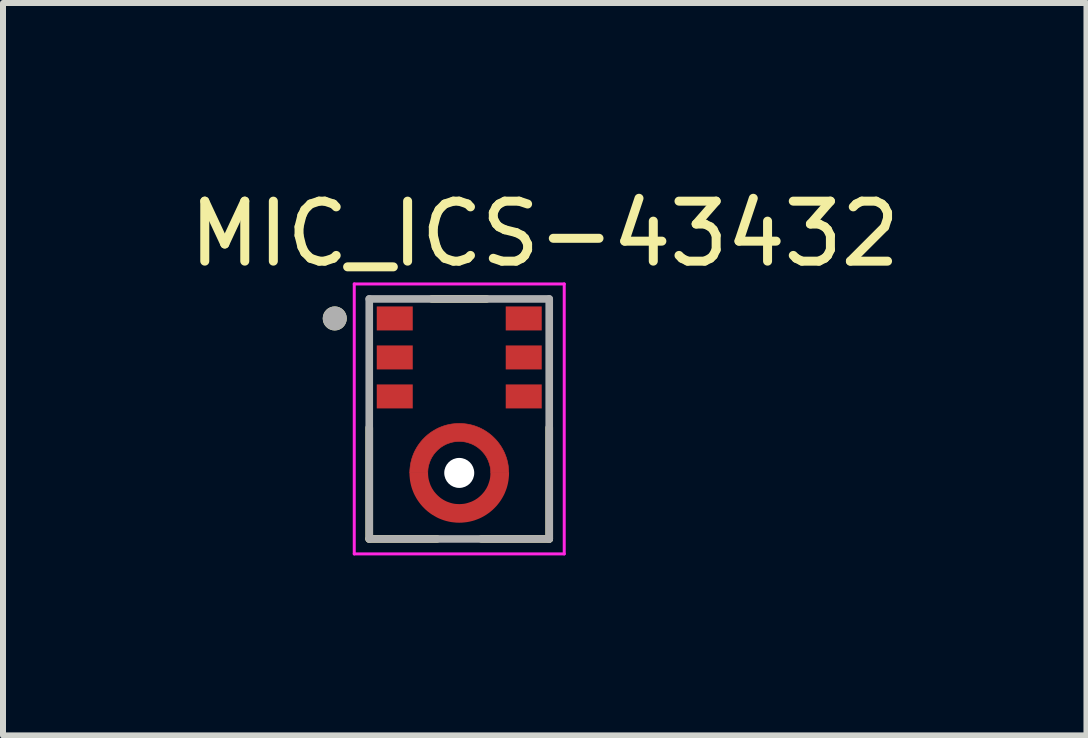
<source format=kicad_pcb>
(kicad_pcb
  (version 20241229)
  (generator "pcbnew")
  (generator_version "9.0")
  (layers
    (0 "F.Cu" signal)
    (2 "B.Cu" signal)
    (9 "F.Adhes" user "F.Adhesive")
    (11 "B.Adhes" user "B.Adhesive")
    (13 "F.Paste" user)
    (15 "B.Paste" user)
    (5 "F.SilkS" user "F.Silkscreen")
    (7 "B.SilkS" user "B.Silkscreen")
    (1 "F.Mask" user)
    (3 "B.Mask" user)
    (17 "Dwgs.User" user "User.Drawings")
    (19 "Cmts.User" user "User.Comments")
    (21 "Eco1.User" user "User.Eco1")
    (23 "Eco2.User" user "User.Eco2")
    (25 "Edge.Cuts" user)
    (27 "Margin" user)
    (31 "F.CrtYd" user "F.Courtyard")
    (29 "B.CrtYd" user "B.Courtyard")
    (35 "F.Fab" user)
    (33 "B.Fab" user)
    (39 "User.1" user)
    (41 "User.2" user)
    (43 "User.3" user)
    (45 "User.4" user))
  (footprint "MIC_ICS-43432"
    (layer "F.Cu")
    (at 4.605 3.933)
    (property "Reference" "MIC_ICS-43432" (at 1.425 -3.085 0) (layer "F.SilkS") (effects (font (size 1 1) (thickness 0.15))))
    (attr smd)
    (fp_poly (pts (xy -0.525 0.9) (xy -0.825 0.9) (xy -0.824 0.857) (xy -0.82 0.814) (xy -0.815 0.771) (xy -0.807 0.728) (xy -0.797 0.686) (xy -0.785 0.645) (xy -0.77 0.604) (xy -0.754 0.564) (xy -0.735 0.525) (xy -0.714 0.487) (xy -0.692 0.451) (xy -0.667 0.415) (xy -0.641 0.381) (xy -0.613 0.348) (xy -0.583 0.317) (xy -0.552 0.287) (xy -0.519 0.259) (xy -0.485 0.233) (xy -0.449 0.208) (xy -0.412 0.186) (xy -0.375 0.165) (xy -0.336 0.146) (xy -0.296 0.13) (xy -0.255 0.115) (xy -0.214 0.103) (xy -0.172 0.093) (xy -0.129 0.085) (xy -0.086 0.08) (xy -0.043 0.076) (xy 0 0.075) (xy 0.043 0.076) (xy 0.086 0.08) (xy 0.129 0.085) (xy 0.172 0.093) (xy 0.214 0.103) (xy 0.255 0.115) (xy 0.296 0.13) (xy 0.336 0.146) (xy 0.375 0.165) (xy 0.413 0.186) (xy 0.449 0.208) (xy 0.485 0.233) (xy 0.519 0.259) (xy 0.552 0.287) (xy 0.583 0.317) (xy 0.613 0.348) (xy 0.641 0.381) (xy 0.667 0.415) (xy 0.692 0.451) (xy 0.714 0.487) (xy 0.735 0.525) (xy 0.754 0.564) (xy 0.77 0.604) (xy 0.785 0.645) (xy 0.797 0.686) (xy 0.807 0.728) (xy 0.815 0.771) (xy 0.82 0.814) (xy 0.824 0.857) (xy 0.825 0.9) (xy 0.525 0.9) (xy 0.524 0.873) (xy 0.522 0.845) (xy 0.519 0.818) (xy 0.514 0.791) (xy 0.507 0.764) (xy 0.499 0.738) (xy 0.49 0.712) (xy 0.48 0.686) (xy 0.468 0.662) (xy 0.455 0.637) (xy 0.44 0.614) (xy 0.425 0.591) (xy 0.408 0.57) (xy 0.39 0.549) (xy 0.371 0.529) (xy 0.351 0.51) (xy 0.33 0.492) (xy 0.309 0.475) (xy 0.286 0.46) (xy 0.263 0.445) (xy 0.238 0.432) (xy 0.214 0.42) (xy 0.188 0.41) (xy 0.162 0.401) (xy 0.136 0.393) (xy 0.109 0.386) (xy 0.082 0.381) (xy 0.055 0.378) (xy 0.027 0.376) (xy 0 0.375) (xy -0.027 0.376) (xy -0.055 0.378) (xy -0.082 0.381) (xy -0.109 0.386) (xy -0.136 0.393) (xy -0.162 0.401) (xy -0.188 0.41) (xy -0.214 0.42) (xy -0.238 0.432) (xy -0.262 0.445) (xy -0.286 0.46) (xy -0.309 0.475) (xy -0.33 0.492) (xy -0.351 0.51) (xy -0.371 0.529) (xy -0.39 0.549) (xy -0.408 0.57) (xy -0.425 0.591) (xy -0.44 0.614) (xy -0.455 0.637) (xy -0.468 0.662) (xy -0.48 0.686) (xy -0.49 0.712) (xy -0.499 0.738) (xy -0.507 0.764) (xy -0.514 0.791) (xy -0.519 0.818) (xy -0.522 0.845) (xy -0.524 0.873) (xy -0.525 0.9)) (stroke (width 0.01) (type solid)) (fill yes) (layer "F.Cu"))
    (fp_poly (pts (xy -0.475 0.9) (xy -0.875 0.9) (xy -0.874 0.854) (xy -0.87 0.809) (xy -0.864 0.763) (xy -0.856 0.718) (xy -0.845 0.674) (xy -0.832 0.63) (xy -0.817 0.586) (xy -0.799 0.544) (xy -0.78 0.503) (xy -0.758 0.463) (xy -0.734 0.423) (xy -0.708 0.386) (xy -0.68 0.349) (xy -0.65 0.315) (xy -0.619 0.281) (xy -0.585 0.25) (xy -0.551 0.22) (xy -0.514 0.192) (xy -0.477 0.166) (xy -0.437 0.142) (xy -0.397 0.12) (xy -0.356 0.101) (xy -0.314 0.083) (xy -0.27 0.068) (xy -0.226 0.055) (xy -0.182 0.044) (xy -0.137 0.036) (xy -0.091 0.03) (xy -0.046 0.026) (xy 0 0.025) (xy 0.046 0.026) (xy 0.091 0.03) (xy 0.137 0.036) (xy 0.182 0.044) (xy 0.226 0.055) (xy 0.27 0.068) (xy 0.314 0.083) (xy 0.356 0.101) (xy 0.397 0.12) (xy 0.438 0.142) (xy 0.477 0.166) (xy 0.514 0.192) (xy 0.551 0.22) (xy 0.585 0.25) (xy 0.619 0.281) (xy 0.65 0.315) (xy 0.68 0.349) (xy 0.708 0.386) (xy 0.734 0.423) (xy 0.758 0.463) (xy 0.78 0.503) (xy 0.799 0.544) (xy 0.817 0.586) (xy 0.832 0.63) (xy 0.845 0.674) (xy 0.856 0.718) (xy 0.864 0.763) (xy 0.87 0.809) (xy 0.874 0.854) (xy 0.875 0.9) (xy 0.475 0.9) (xy 0.474 0.875) (xy 0.472 0.85) (xy 0.469 0.826) (xy 0.465 0.801) (xy 0.459 0.777) (xy 0.452 0.753) (xy 0.443 0.73) (xy 0.434 0.707) (xy 0.423 0.684) (xy 0.411 0.663) (xy 0.398 0.641) (xy 0.384 0.621) (xy 0.369 0.601) (xy 0.353 0.582) (xy 0.336 0.564) (xy 0.318 0.547) (xy 0.299 0.531) (xy 0.279 0.516) (xy 0.259 0.502) (xy 0.238 0.489) (xy 0.216 0.477) (xy 0.193 0.466) (xy 0.17 0.457) (xy 0.147 0.448) (xy 0.123 0.441) (xy 0.099 0.435) (xy 0.074 0.431) (xy 0.05 0.428) (xy 0.025 0.426) (xy 0 0.425) (xy -0.025 0.426) (xy -0.05 0.428) (xy -0.074 0.431) (xy -0.099 0.435) (xy -0.123 0.441) (xy -0.147 0.448) (xy -0.17 0.457) (xy -0.193 0.466) (xy -0.216 0.477) (xy -0.237 0.489) (xy -0.259 0.502) (xy -0.279 0.516) (xy -0.299 0.531) (xy -0.318 0.547) (xy -0.336 0.564) (xy -0.353 0.582) (xy -0.369 0.601) (xy -0.384 0.621) (xy -0.398 0.641) (xy -0.411 0.663) (xy -0.423 0.684) (xy -0.434 0.707) (xy -0.443 0.73) (xy -0.452 0.753) (xy -0.459 0.777) (xy -0.465 0.801) (xy -0.469 0.826) (xy -0.472 0.85) (xy -0.474 0.875) (xy -0.475 0.9)) (stroke (width 0.01) (type solid)) (fill yes) (layer "F.Mask"))
    (fp_poly (pts (xy 0.475 0.9) (xy 0.875 0.9) (xy 0.874 0.946) (xy 0.87 0.991) (xy 0.864 1.037) (xy 0.856 1.082) (xy 0.845 1.126) (xy 0.832 1.17) (xy 0.817 1.214) (xy 0.799 1.256) (xy 0.78 1.297) (xy 0.758 1.337) (xy 0.734 1.377) (xy 0.708 1.414) (xy 0.68 1.451) (xy 0.65 1.485) (xy 0.619 1.519) (xy 0.585 1.55) (xy 0.551 1.58) (xy 0.514 1.608) (xy 0.477 1.634) (xy 0.438 1.658) (xy 0.397 1.68) (xy 0.356 1.699) (xy 0.314 1.717) (xy 0.27 1.732) (xy 0.226 1.745) (xy 0.182 1.756) (xy 0.137 1.764) (xy 0.091 1.77) (xy 0.046 1.774) (xy 0 1.775) (xy -0.046 1.774) (xy -0.091 1.77) (xy -0.137 1.764) (xy -0.182 1.756) (xy -0.226 1.745) (xy -0.27 1.732) (xy -0.314 1.717) (xy -0.356 1.699) (xy -0.397 1.68) (xy -0.437 1.658) (xy -0.477 1.634) (xy -0.514 1.608) (xy -0.551 1.58) (xy -0.585 1.55) (xy -0.619 1.519) (xy -0.65 1.485) (xy -0.68 1.451) (xy -0.708 1.414) (xy -0.734 1.377) (xy -0.758 1.337) (xy -0.78 1.297) (xy -0.799 1.256) (xy -0.817 1.214) (xy -0.832 1.17) (xy -0.845 1.126) (xy -0.856 1.082) (xy -0.864 1.037) (xy -0.87 0.991) (xy -0.874 0.946) (xy -0.875 0.9) (xy -0.475 0.9) (xy -0.474 0.925) (xy -0.472 0.95) (xy -0.469 0.974) (xy -0.465 0.999) (xy -0.459 1.023) (xy -0.452 1.047) (xy -0.443 1.07) (xy -0.434 1.093) (xy -0.423 1.116) (xy -0.411 1.137) (xy -0.398 1.159) (xy -0.384 1.179) (xy -0.369 1.199) (xy -0.353 1.218) (xy -0.336 1.236) (xy -0.318 1.253) (xy -0.299 1.269) (xy -0.279 1.284) (xy -0.259 1.298) (xy -0.237 1.311) (xy -0.216 1.323) (xy -0.193 1.334) (xy -0.17 1.343) (xy -0.147 1.352) (xy -0.123 1.359) (xy -0.099 1.365) (xy -0.074 1.369) (xy -0.05 1.372) (xy -0.025 1.374) (xy 0 1.375) (xy 0.025 1.374) (xy 0.05 1.372) (xy 0.074 1.369) (xy 0.099 1.365) (xy 0.123 1.359) (xy 0.147 1.352) (xy 0.17 1.343) (xy 0.193 1.334) (xy 0.216 1.323) (xy 0.238 1.311) (xy 0.259 1.298) (xy 0.279 1.284) (xy 0.299 1.269) (xy 0.318 1.253) (xy 0.336 1.236) (xy 0.353 1.218) (xy 0.369 1.199) (xy 0.384 1.179) (xy 0.398 1.159) (xy 0.411 1.137) (xy 0.423 1.116) (xy 0.434 1.093) (xy 0.443 1.07) (xy 0.452 1.047) (xy 0.459 1.023) (xy 0.465 0.999) (xy 0.469 0.974) (xy 0.472 0.95) (xy 0.474 0.925) (xy 0.475 0.9)) (stroke (width 0.01) (type solid)) (fill yes) (layer "F.Mask"))
    (fp_line (start -1.5 2) (end -1.5 0.145) (stroke (width 0.127) (type solid)) (layer "F.SilkS"))
    (fp_line (start -0.455 -2) (end 0.455 -2) (stroke (width 0.127) (type solid)) (layer "F.SilkS"))
    (fp_line (start -0.37 2) (end -1.5 2) (stroke (width 0.127) (type solid)) (layer "F.SilkS"))
    (fp_line (start 1.5 2) (end 0.37 2) (stroke (width 0.127) (type solid)) (layer "F.SilkS"))
    (fp_line (start 1.5 2) (end 1.5 0.145) (stroke (width 0.127) (type solid)) (layer "F.SilkS"))
    (fp_circle (center -2.075 -1.675) (end -1.975 -1.675) (stroke (width 0.2) (type solid)) (fill no) (layer "F.SilkS"))
    (fp_poly (pts (xy -1.325 -1.825) (xy -0.825 -1.825) (xy -0.825 -1.525) (xy -1.325 -1.525)) (stroke (width 0.01) (type solid)) (fill yes) (layer "F.Paste"))
    (fp_poly (pts (xy -1.325 -1.175) (xy -0.825 -1.175) (xy -0.825 -0.875) (xy -1.325 -0.875)) (stroke (width 0.01) (type solid)) (fill yes) (layer "F.Paste"))
    (fp_poly (pts (xy -1.325 -0.525) (xy -0.825 -0.525) (xy -0.825 -0.225) (xy -1.325 -0.225)) (stroke (width 0.01) (type solid)) (fill yes) (layer "F.Paste"))
    (fp_poly (pts (xy 0.825 -1.825) (xy 1.325 -1.825) (xy 1.325 -1.525) (xy 0.825 -1.525)) (stroke (width 0.01) (type solid)) (fill yes) (layer "F.Paste"))
    (fp_poly (pts (xy 0.825 -1.175) (xy 1.325 -1.175) (xy 1.325 -0.875) (xy 0.825 -0.875)) (stroke (width 0.01) (type solid)) (fill yes) (layer "F.Paste"))
    (fp_poly (pts (xy 0.825 -0.525) (xy 1.325 -0.525) (xy 1.325 -0.225) (xy 0.825 -0.225)) (stroke (width 0.01) (type solid)) (fill yes) (layer "F.Paste"))
    (fp_poly (pts (xy -0.573 0.85) (xy -0.57 0.823) (xy -0.566 0.797) (xy -0.56 0.771) (xy -0.554 0.745) (xy -0.546 0.719) (xy -0.537 0.694) (xy -0.527 0.669) (xy -0.515 0.645) (xy -0.503 0.621) (xy -0.489 0.598) (xy -0.475 0.576) (xy -0.459 0.554) (xy -0.443 0.533) (xy -0.425 0.513) (xy -0.407 0.493) (xy -0.387 0.475) (xy -0.367 0.457) (xy -0.346 0.441) (xy -0.324 0.425) (xy -0.302 0.411) (xy -0.279 0.397) (xy -0.255 0.385) (xy -0.231 0.373) (xy -0.206 0.363) (xy -0.181 0.354) (xy -0.155 0.346) (xy -0.129 0.34) (xy -0.103 0.334) (xy -0.077 0.33) (xy -0.05 0.327) (xy -0.05 0.077) (xy -0.083 0.079) (xy -0.123 0.084) (xy -0.163 0.091) (xy -0.202 0.1) (xy -0.241 0.111) (xy -0.279 0.124) (xy -0.317 0.138) (xy -0.354 0.155) (xy -0.39 0.173) (xy -0.425 0.193) (xy -0.459 0.214) (xy -0.492 0.238) (xy -0.524 0.262) (xy -0.554 0.289) (xy -0.583 0.317) (xy -0.611 0.346) (xy -0.638 0.376) (xy -0.662 0.408) (xy -0.686 0.441) (xy -0.707 0.475) (xy -0.727 0.51) (xy -0.745 0.546) (xy -0.762 0.583) (xy -0.776 0.621) (xy -0.789 0.659) (xy -0.8 0.698) (xy -0.809 0.737) (xy -0.816 0.777) (xy -0.821 0.817) (xy -0.823 0.85) (xy -0.573 0.85) (xy -0.573 0.85)) (stroke (width 0.01) (type solid)) (fill yes) (layer "F.Paste"))
    (fp_poly (pts (xy -0.05 1.473) (xy -0.077 1.47) (xy -0.103 1.466) (xy -0.129 1.46) (xy -0.155 1.454) (xy -0.181 1.446) (xy -0.206 1.437) (xy -0.231 1.427) (xy -0.255 1.415) (xy -0.279 1.403) (xy -0.302 1.389) (xy -0.324 1.375) (xy -0.346 1.359) (xy -0.367 1.343) (xy -0.387 1.325) (xy -0.407 1.307) (xy -0.425 1.287) (xy -0.443 1.267) (xy -0.459 1.246) (xy -0.475 1.224) (xy -0.489 1.202) (xy -0.503 1.179) (xy -0.515 1.155) (xy -0.527 1.131) (xy -0.537 1.106) (xy -0.546 1.081) (xy -0.554 1.055) (xy -0.56 1.029) (xy -0.566 1.003) (xy -0.57 0.977) (xy -0.573 0.95) (xy -0.823 0.95) (xy -0.821 0.983) (xy -0.816 1.023) (xy -0.809 1.063) (xy -0.8 1.102) (xy -0.789 1.141) (xy -0.776 1.179) (xy -0.762 1.217) (xy -0.745 1.254) (xy -0.727 1.29) (xy -0.707 1.325) (xy -0.686 1.359) (xy -0.662 1.392) (xy -0.638 1.424) (xy -0.611 1.454) (xy -0.583 1.483) (xy -0.554 1.511) (xy -0.524 1.538) (xy -0.492 1.562) (xy -0.459 1.586) (xy -0.425 1.607) (xy -0.39 1.627) (xy -0.354 1.645) (xy -0.317 1.662) (xy -0.279 1.676) (xy -0.241 1.689) (xy -0.202 1.7) (xy -0.163 1.709) (xy -0.123 1.716) (xy -0.083 1.721) (xy -0.05 1.723) (xy -0.05 1.473) (xy -0.05 1.473)) (stroke (width 0.01) (type solid)) (fill yes) (layer "F.Paste"))
    (fp_poly (pts (xy 0.05 0.327) (xy 0.077 0.33) (xy 0.103 0.334) (xy 0.129 0.34) (xy 0.155 0.346) (xy 0.181 0.354) (xy 0.206 0.363) (xy 0.231 0.373) (xy 0.255 0.385) (xy 0.279 0.397) (xy 0.302 0.411) (xy 0.324 0.425) (xy 0.346 0.441) (xy 0.367 0.457) (xy 0.387 0.475) (xy 0.407 0.493) (xy 0.425 0.513) (xy 0.443 0.533) (xy 0.459 0.554) (xy 0.475 0.576) (xy 0.489 0.598) (xy 0.503 0.621) (xy 0.515 0.645) (xy 0.527 0.669) (xy 0.537 0.694) (xy 0.546 0.719) (xy 0.554 0.745) (xy 0.56 0.771) (xy 0.566 0.797) (xy 0.57 0.823) (xy 0.573 0.85) (xy 0.823 0.85) (xy 0.821 0.817) (xy 0.816 0.777) (xy 0.809 0.737) (xy 0.8 0.698) (xy 0.789 0.659) (xy 0.776 0.621) (xy 0.762 0.583) (xy 0.745 0.546) (xy 0.727 0.51) (xy 0.707 0.475) (xy 0.686 0.441) (xy 0.662 0.408) (xy 0.638 0.376) (xy 0.611 0.346) (xy 0.583 0.317) (xy 0.554 0.289) (xy 0.524 0.262) (xy 0.492 0.238) (xy 0.459 0.214) (xy 0.425 0.193) (xy 0.39 0.173) (xy 0.354 0.155) (xy 0.317 0.138) (xy 0.279 0.124) (xy 0.241 0.111) (xy 0.202 0.1) (xy 0.163 0.091) (xy 0.123 0.084) (xy 0.083 0.079) (xy 0.05 0.077) (xy 0.05 0.327) (xy 0.05 0.327)) (stroke (width 0.01) (type solid)) (fill yes) (layer "F.Paste"))
    (fp_poly (pts (xy 0.573 0.95) (xy 0.57 0.977) (xy 0.566 1.003) (xy 0.56 1.029) (xy 0.554 1.055) (xy 0.546 1.081) (xy 0.537 1.106) (xy 0.527 1.131) (xy 0.515 1.155) (xy 0.503 1.179) (xy 0.489 1.202) (xy 0.475 1.224) (xy 0.459 1.246) (xy 0.443 1.267) (xy 0.425 1.287) (xy 0.407 1.307) (xy 0.387 1.325) (xy 0.367 1.343) (xy 0.346 1.359) (xy 0.324 1.375) (xy 0.302 1.389) (xy 0.279 1.403) (xy 0.255 1.415) (xy 0.231 1.427) (xy 0.206 1.437) (xy 0.181 1.446) (xy 0.155 1.454) (xy 0.129 1.46) (xy 0.103 1.466) (xy 0.077 1.47) (xy 0.05 1.473) (xy 0.05 1.723) (xy 0.083 1.721) (xy 0.123 1.716) (xy 0.163 1.709) (xy 0.202 1.7) (xy 0.241 1.689) (xy 0.279 1.676) (xy 0.317 1.662) (xy 0.354 1.645) (xy 0.39 1.627) (xy 0.425 1.607) (xy 0.459 1.586) (xy 0.492 1.562) (xy 0.524 1.538) (xy 0.554 1.511) (xy 0.583 1.483) (xy 0.611 1.454) (xy 0.638 1.424) (xy 0.662 1.392) (xy 0.686 1.359) (xy 0.707 1.325) (xy 0.727 1.29) (xy 0.745 1.254) (xy 0.762 1.217) (xy 0.776 1.179) (xy 0.789 1.141) (xy 0.8 1.102) (xy 0.809 1.063) (xy 0.816 1.023) (xy 0.821 0.983) (xy 0.823 0.95) (xy 0.573 0.95) (xy 0.573 0.95)) (stroke (width 0.01) (type solid)) (fill yes) (layer "F.Paste"))
    (fp_line (start -1.75 -2.25) (end -1.75 2.25) (stroke (width 0.05) (type solid)) (layer "F.CrtYd"))
    (fp_line (start -1.75 2.25) (end 1.75 2.25) (stroke (width 0.05) (type solid)) (layer "F.CrtYd"))
    (fp_line (start 1.75 -2.25) (end -1.75 -2.25) (stroke (width 0.05) (type solid)) (layer "F.CrtYd"))
    (fp_line (start 1.75 2.25) (end 1.75 -2.25) (stroke (width 0.05) (type solid)) (layer "F.CrtYd"))
    (fp_line (start -1.5 -2) (end 1.5 -2) (stroke (width 0.127) (type solid)) (layer "F.Fab"))
    (fp_line (start -1.5 2) (end -1.5 -2) (stroke (width 0.127) (type solid)) (layer "F.Fab"))
    (fp_line (start 1.5 -2) (end 1.5 2) (stroke (width 0.127) (type solid)) (layer "F.Fab"))
    (fp_line (start 1.5 2) (end -1.5 2) (stroke (width 0.127) (type solid)) (layer "F.Fab"))
    (fp_circle (center -2.075 -1.675) (end -1.975 -1.675) (stroke (width 0.2) (type solid)) (fill no) (layer "F.Fab"))
    (pad "" np_thru_hole circle (at 0 0.9) (size 0.5 0.5) (drill 0.5) (layers "*.Cu" "*.Mask"))
    (pad "1" smd rect (at -1.075 -1.675) (size 0.6 0.4) (layers "F.Cu" "F.Mask"))
    (pad "2" smd rect (at -1.075 -1.025) (size 0.6 0.4) (layers "F.Cu" "F.Mask"))
    (pad "3" smd rect (at -1.075 -0.375) (size 0.6 0.4) (layers "F.Cu" "F.Mask"))
    (pad "4" smd custom (at 0 1.58) (size 0.24 0.24) (layers "F.Cu") (options (anchor rect)) (primitives (gr_poly (pts (xy -0.525 -0.68) (xy -0.825 -0.68) (xy -0.824 -0.637) (xy -0.82 -0.594) (xy -0.815 -0.551) (xy -0.807 -0.508) (xy -0.797 -0.466) (xy -0.785 -0.425) (xy -0.77 -0.384) (xy -0.754 -0.344) (xy -0.735 -0.305) (xy -0.714 -0.267) (xy -0.692 -0.231) (xy -0.667 -0.195) (xy -0.641 -0.161) (xy -0.613 -0.128) (xy -0.583 -0.097) (xy -0.552 -0.067) (xy -0.519 -0.039) (xy -0.485 -0.013) (xy -0.449 0.012) (xy -0.412 0.034) (xy -0.375 0.055) (xy -0.336 0.074) (xy -0.296 0.09) (xy -0.255 0.105) (xy -0.214 0.117) (xy -0.172 0.127) (xy -0.129 0.135) (xy -0.086 0.14) (xy -0.043 0.144) (xy 0 0.145) (xy 0.043 0.144) (xy 0.086 0.14) (xy 0.129 0.135) (xy 0.172 0.127) (xy 0.214 0.117) (xy 0.255 0.105) (xy 0.296 0.09) (xy 0.336 0.074) (xy 0.375 0.055) (xy 0.413 0.034) (xy 0.449 0.012) (xy 0.485 -0.013) (xy 0.519 -0.039) (xy 0.552 -0.067) (xy 0.583 -0.097) (xy 0.613 -0.128) (xy 0.641 -0.161) (xy 0.667 -0.195) (xy 0.692 -0.231) (xy 0.714 -0.267) (xy 0.735 -0.305) (xy 0.754 -0.344) (xy 0.77 -0.384) (xy 0.785 -0.425) (xy 0.797 -0.466) (xy 0.807 -0.508) (xy 0.815 -0.551) (xy 0.82 -0.594) (xy 0.824 -0.637) (xy 0.825 -0.68) (xy 0.525 -0.68) (xy 0.524 -0.653) (xy 0.522 -0.625) (xy 0.519 -0.598) (xy 0.514 -0.571) (xy 0.507 -0.544) (xy 0.499 -0.518) (xy 0.49 -0.492) (xy 0.48 -0.466) (xy 0.468 -0.442) (xy 0.455 -0.417) (xy 0.44 -0.394) (xy 0.425 -0.371) (xy 0.408 -0.35) (xy 0.39 -0.329) (xy 0.371 -0.309) (xy 0.351 -0.29) (xy 0.33 -0.272) (xy 0.309 -0.255) (xy 0.286 -0.24) (xy 0.263 -0.225) (xy 0.238 -0.212) (xy 0.214 -0.2) (xy 0.188 -0.19) (xy 0.162 -0.181) (xy 0.136 -0.173) (xy 0.109 -0.166) (xy 0.082 -0.161) (xy 0.055 -0.158) (xy 0.027 -0.156) (xy 0 -0.155) (xy -0.027 -0.156) (xy -0.055 -0.158) (xy -0.082 -0.161) (xy -0.109 -0.166) (xy -0.136 -0.173) (xy -0.162 -0.181) (xy -0.188 -0.19) (xy -0.214 -0.2) (xy -0.238 -0.212) (xy -0.263 -0.225) (xy -0.286 -0.24) (xy -0.309 -0.255) (xy -0.33 -0.272) (xy -0.351 -0.29) (xy -0.371 -0.309) (xy -0.39 -0.329) (xy -0.408 -0.35) (xy -0.425 -0.371) (xy -0.44 -0.394) (xy -0.455 -0.417) (xy -0.468 -0.442) (xy -0.48 -0.466) (xy -0.49 -0.492) (xy -0.499 -0.518) (xy -0.507 -0.544) (xy -0.514 -0.571) (xy -0.519 -0.598) (xy -0.522 -0.625) (xy -0.524 -0.653) (xy -0.525 -0.68)) (width 0.01) (fill yes))))
    (pad "5" smd rect (at 1.075 -0.375) (size 0.6 0.4) (layers "F.Cu" "F.Mask"))
    (pad "6" smd rect (at 1.075 -1.025) (size 0.6 0.4) (layers "F.Cu" "F.Mask"))
    (pad "7" smd rect (at 1.075 -1.675) (size 0.6 0.4) (layers "F.Cu" "F.Mask")))
  (gr_rect
    (start -3 -3)
    (end 15.06 9.208)
    (stroke (width 0.1) (type default))
    (fill no)
    (layer "Edge.Cuts")))
</source>
